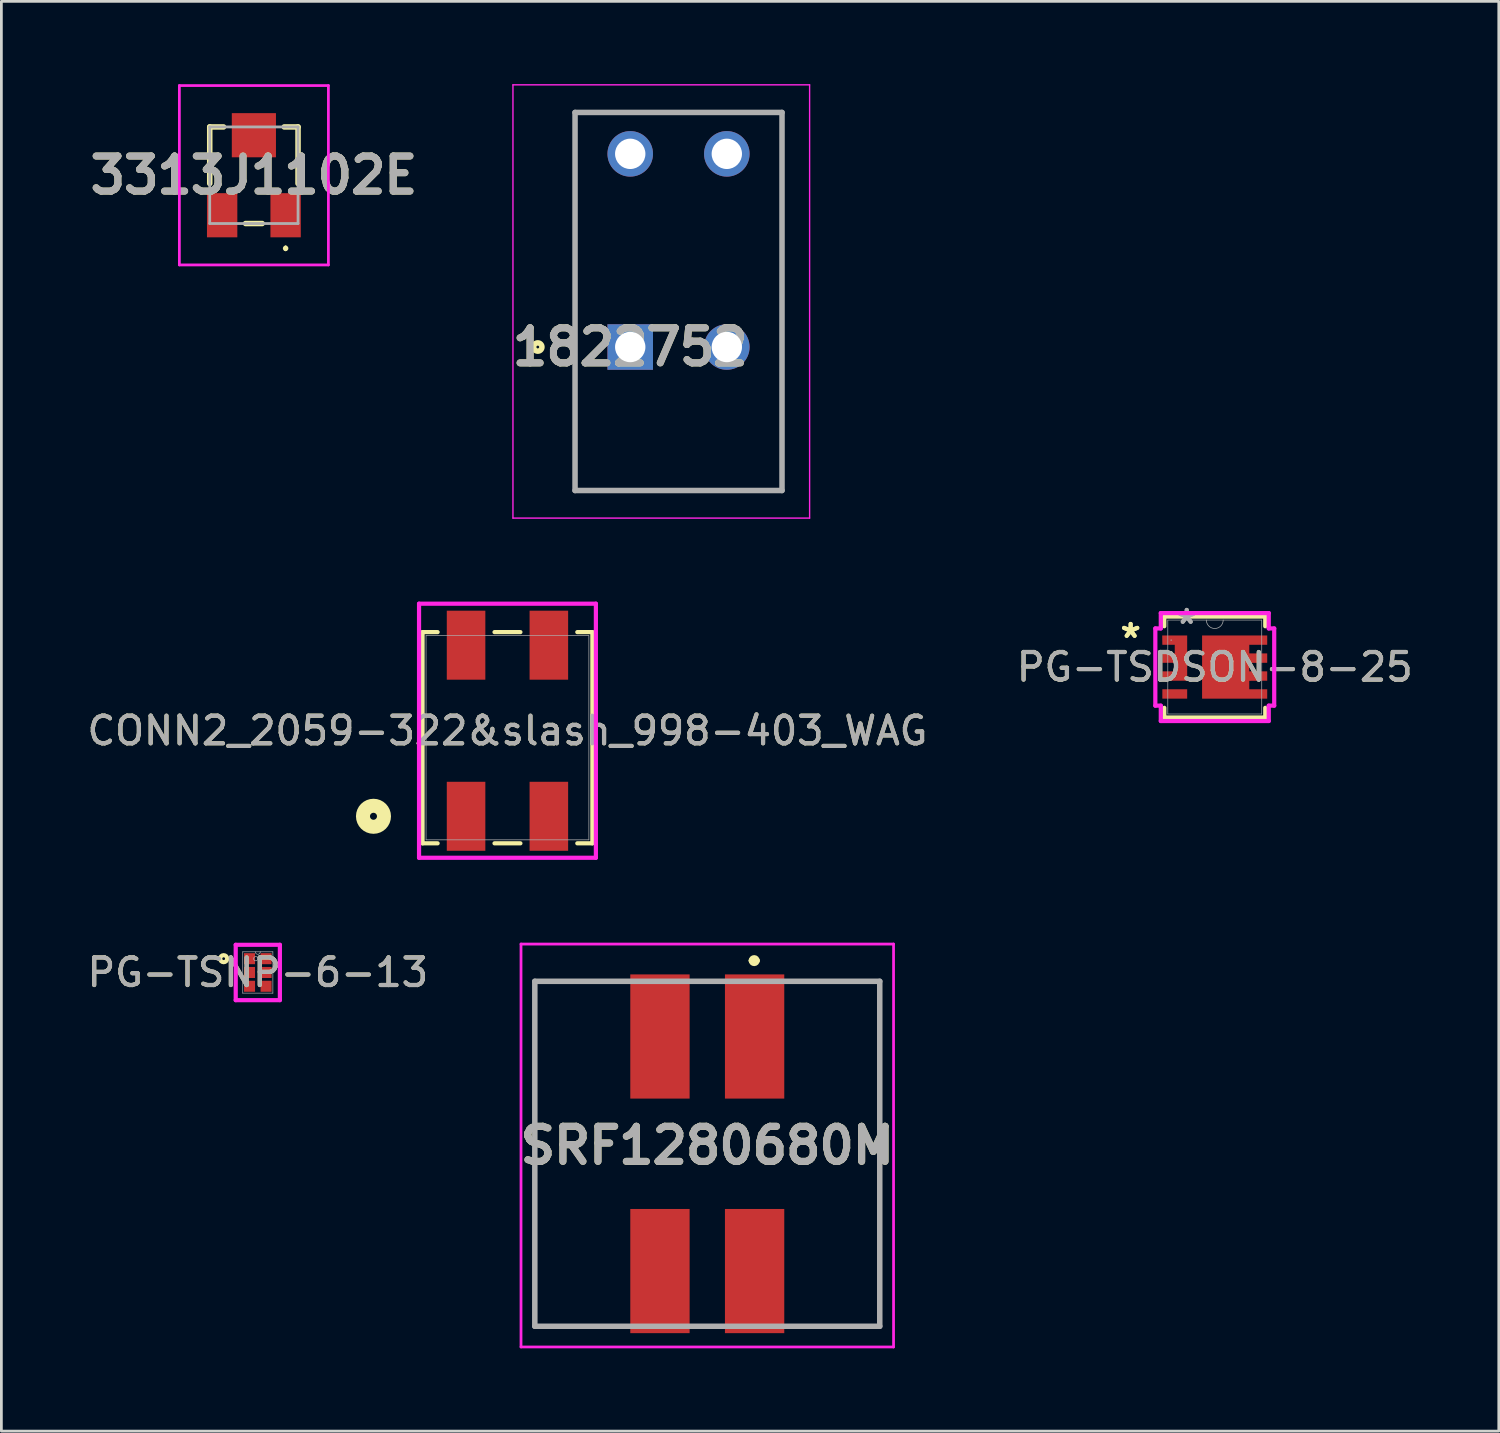
<source format=kicad_pcb>
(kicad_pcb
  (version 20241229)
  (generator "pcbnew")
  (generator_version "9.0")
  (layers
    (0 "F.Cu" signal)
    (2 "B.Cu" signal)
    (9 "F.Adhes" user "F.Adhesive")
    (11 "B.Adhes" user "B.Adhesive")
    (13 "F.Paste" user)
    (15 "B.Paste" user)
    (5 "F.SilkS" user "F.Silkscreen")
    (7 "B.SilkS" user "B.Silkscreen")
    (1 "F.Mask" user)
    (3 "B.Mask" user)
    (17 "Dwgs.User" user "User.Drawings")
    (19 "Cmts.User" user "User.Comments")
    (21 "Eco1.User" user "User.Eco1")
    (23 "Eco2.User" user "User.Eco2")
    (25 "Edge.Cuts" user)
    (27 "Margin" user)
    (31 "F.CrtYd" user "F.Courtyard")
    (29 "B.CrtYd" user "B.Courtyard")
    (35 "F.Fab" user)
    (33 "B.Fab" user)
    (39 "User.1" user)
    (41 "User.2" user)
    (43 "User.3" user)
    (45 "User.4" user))
  (footprint "CONN2_2059-322&slash_998-403_WAG"
    (layer "F.Cu")
    (at 15.339 23.683)
    (property "Reference" "CONN2_2059-322&slash_998-403_WAG" (at 0 -0.253 0) (unlocked yes) (layer "F.SilkS") (effects (font (size 1 1) (thickness 0.15))))
    (attr smd)
    (fp_line (start -3.077 -3.827) (end -3.077 3.827) (stroke (width 0.152) (type solid)) (layer "F.SilkS"))
    (fp_line (start -3.077 3.827) (end -2.531 3.827) (stroke (width 0.152) (type solid)) (layer "F.SilkS"))
    (fp_line (start -2.531 -3.827) (end -3.077 -3.827) (stroke (width 0.152) (type solid)) (layer "F.SilkS"))
    (fp_line (start -0.469 3.827) (end 0.469 3.827) (stroke (width 0.152) (type solid)) (layer "F.SilkS"))
    (fp_line (start 0.469 -3.827) (end -0.469 -3.827) (stroke (width 0.152) (type solid)) (layer "F.SilkS"))
    (fp_line (start 2.531 3.827) (end 3.077 3.827) (stroke (width 0.152) (type solid)) (layer "F.SilkS"))
    (fp_line (start 3.077 -3.827) (end 2.531 -3.827) (stroke (width 0.152) (type solid)) (layer "F.SilkS"))
    (fp_line (start 3.077 3.827) (end 3.077 -3.827) (stroke (width 0.152) (type solid)) (layer "F.SilkS"))
    (fp_circle (center -4.855 2.847) (end -4.474 2.847) (stroke (width 0.508) (type solid)) (fill no) (layer "F.SilkS"))
    (fp_line (start -3.204 -4.857) (end -3.204 4.351) (stroke (width 0.152) (type solid)) (layer "F.CrtYd"))
    (fp_line (start -3.204 4.351) (end 3.204 4.351) (stroke (width 0.152) (type solid)) (layer "F.CrtYd"))
    (fp_line (start 3.204 -4.857) (end -3.204 -4.857) (stroke (width 0.152) (type solid)) (layer "F.CrtYd"))
    (fp_line (start 3.204 4.351) (end 3.204 -4.857) (stroke (width 0.152) (type solid)) (layer "F.CrtYd"))
    (fp_line (start -2.95 -3.7) (end -2.95 3.7) (stroke (width 0.025) (type solid)) (layer "F.Fab"))
    (fp_line (start -2.95 3.7) (end 2.95 3.7) (stroke (width 0.025) (type solid)) (layer "F.Fab"))
    (fp_line (start 2.95 -3.7) (end -2.95 -3.7) (stroke (width 0.025) (type solid)) (layer "F.Fab"))
    (fp_line (start 2.95 3.7) (end 2.95 -3.7) (stroke (width 0.025) (type solid)) (layer "F.Fab"))
    (fp_text user "${REFERENCE}" (at 0 -0.253 0) (unlocked yes) (layer "F.Fab") (effects (font (size 1 1) (thickness 0.15))))
    (pad "1" smd rect (at -1.5 -3.353) (size 1.397 2.5) (layers "F.Cu" "F.Mask" "F.Paste"))
    (pad "1" smd rect (at -1.5 2.847) (size 1.397 2.5) (layers "F.Cu" "F.Mask" "F.Paste"))
    (pad "2" smd rect (at 1.5 -3.353) (size 1.397 2.5) (layers "F.Cu" "F.Mask" "F.Paste"))
    (pad "2" smd rect (at 1.5 2.847) (size 1.397 2.5) (layers "F.Cu" "F.Mask" "F.Paste")))
  (footprint "PG-TSDSON-8-25"
    (layer "F.Cu")
    (at 40.97 21.122)
    (property "Reference" "PG-TSDSON-8-25" (at 0 0 0) (unlocked yes) (layer "F.SilkS") (effects (font (size 1 1) (thickness 0.15))))
    (attr smd)
    (fp_poly (pts (xy -0.46 -1.145) (xy 1.25 -1.145) (xy 1.25 1.145) (xy -0.46 1.145)) (stroke (width 0) (type solid)) (fill yes) (layer "F.Mask"))
    (fp_poly (pts (xy -1.9 -1.145) (xy -1 -1.145) (xy -1 0.495) (xy -1.9 0.495) (xy -1.9 0.155) (xy -1.45 0.155) (xy -1.45 -0.155) (xy -1.9 -0.155) (xy -1.9 -0.495) (xy -1.45 -0.495) (xy -1.45 -0.805) (xy -1.9 -0.805)) (stroke (width 0) (type solid)) (fill yes) (layer "F.Mask"))
    (fp_line (start -1.829 -1.829) (end 1.829 -1.829) (stroke (width 0.152) (type solid)) (layer "F.SilkS"))
    (fp_line (start -1.829 -1.478) (end -1.829 -1.829) (stroke (width 0.152) (type solid)) (layer "F.SilkS"))
    (fp_line (start -1.829 1.829) (end -1.829 1.478) (stroke (width 0.152) (type solid)) (layer "F.SilkS"))
    (fp_line (start 1.829 -1.829) (end 1.829 -1.478) (stroke (width 0.152) (type solid)) (layer "F.SilkS"))
    (fp_line (start 1.829 1.478) (end 1.829 1.829) (stroke (width 0.152) (type solid)) (layer "F.SilkS"))
    (fp_line (start 1.829 1.829) (end -1.829 1.829) (stroke (width 0.152) (type solid)) (layer "F.SilkS"))
    (fp_poly (pts (xy -1.85 -1.095) (xy -1.05 -1.095) (xy -1.05 -0.855) (xy -1.85 -0.855)) (stroke (width 0) (type solid)) (fill yes) (layer "F.Paste"))
    (fp_poly (pts (xy -1.85 -0.445) (xy -1.05 -0.445) (xy -1.05 -0.205) (xy -1.85 -0.205)) (stroke (width 0) (type solid)) (fill yes) (layer "F.Paste"))
    (fp_poly (pts (xy -1.85 0.205) (xy -1.05 0.205) (xy -1.05 0.445) (xy -1.85 0.445)) (stroke (width 0) (type solid)) (fill yes) (layer "F.Paste"))
    (fp_poly (pts (xy -1.85 0.855) (xy -1.25 0.855) (xy -1.25 1.095) (xy -1.85 1.095)) (stroke (width 0) (type solid)) (fill yes) (layer "F.Paste"))
    (fp_poly (pts (xy -0.35 -1.095) (xy 1.05 -1.095) (xy 1.05 -0.855) (xy -0.35 -0.855)) (stroke (width 0) (type solid)) (fill yes) (layer "F.Paste"))
    (fp_poly (pts (xy -0.35 -0.545) (xy 1.05 -0.545) (xy 1.05 0.545) (xy -0.35 0.545)) (stroke (width 0) (type solid)) (fill yes) (layer "F.Paste"))
    (fp_poly (pts (xy -0.35 0.855) (xy 1.05 0.855) (xy 1.05 1.095) (xy -0.35 1.095)) (stroke (width 0) (type solid)) (fill yes) (layer "F.Paste"))
    (fp_poly (pts (xy 1.25 -1.095) (xy 1.85 -1.095) (xy 1.85 -0.855) (xy 1.25 -0.855)) (stroke (width 0) (type solid)) (fill yes) (layer "F.Paste"))
    (fp_poly (pts (xy 1.25 -0.445) (xy 1.85 -0.445) (xy 1.85 -0.205) (xy 1.25 -0.205)) (stroke (width 0) (type solid)) (fill yes) (layer "F.Paste"))
    (fp_poly (pts (xy 1.25 0.205) (xy 1.85 0.205) (xy 1.85 0.445) (xy 1.25 0.445)) (stroke (width 0) (type solid)) (fill yes) (layer "F.Paste"))
    (fp_poly (pts (xy 1.25 0.855) (xy 1.85 0.855) (xy 1.85 1.095) (xy 1.25 1.095)) (stroke (width 0) (type solid)) (fill yes) (layer "F.Paste"))
    (fp_line (start -2.154 -1.399) (end -2.154 1.399) (stroke (width 0.152) (type solid)) (layer "F.CrtYd"))
    (fp_line (start -2.154 1.399) (end -1.956 1.399) (stroke (width 0.152) (type solid)) (layer "F.CrtYd"))
    (fp_line (start -1.956 -1.956) (end -1.956 -1.399) (stroke (width 0.152) (type solid)) (layer "F.CrtYd"))
    (fp_line (start -1.956 -1.399) (end -2.154 -1.399) (stroke (width 0.152) (type solid)) (layer "F.CrtYd"))
    (fp_line (start -1.956 1.399) (end -1.956 1.956) (stroke (width 0.152) (type solid)) (layer "F.CrtYd"))
    (fp_line (start -1.956 1.956) (end 1.956 1.956) (stroke (width 0.152) (type solid)) (layer "F.CrtYd"))
    (fp_line (start 1.956 -1.956) (end -1.956 -1.956) (stroke (width 0.152) (type solid)) (layer "F.CrtYd"))
    (fp_line (start 1.956 -1.399) (end 1.956 -1.956) (stroke (width 0.152) (type solid)) (layer "F.CrtYd"))
    (fp_line (start 1.956 1.399) (end 2.154 1.399) (stroke (width 0.152) (type solid)) (layer "F.CrtYd"))
    (fp_line (start 1.956 1.956) (end 1.956 1.399) (stroke (width 0.152) (type solid)) (layer "F.CrtYd"))
    (fp_line (start 2.154 -1.399) (end 1.956 -1.399) (stroke (width 0.152) (type solid)) (layer "F.CrtYd"))
    (fp_line (start 2.154 1.399) (end 2.154 -1.399) (stroke (width 0.152) (type solid)) (layer "F.CrtYd"))
    (fp_line (start -1.702 -1.702) (end -1.702 1.702) (stroke (width 0.025) (type solid)) (layer "F.Fab"))
    (fp_line (start -1.702 1.702) (end 1.702 1.702) (stroke (width 0.025) (type solid)) (layer "F.Fab"))
    (fp_line (start 1.702 -1.702) (end -1.702 -1.702) (stroke (width 0.025) (type solid)) (layer "F.Fab"))
    (fp_line (start 1.702 1.702) (end 1.702 -1.702) (stroke (width 0.025) (type solid)) (layer "F.Fab"))
    (fp_arc (start 0.3048 -1.7018) (mid 0 -1.397) (end -0.3048 -1.7018) (stroke (width 0.0254) (type solid)) (layer "F.Fab"))
    (fp_circle (center -1.58 -0.975) (end -1.58 -0.975) (stroke (width 0.025) (type solid)) (fill no) (layer "F.Fab"))
    (fp_text user "*" (at -3.048 -1.016 0) (layer "F.SilkS") (effects (font (size 1 1) (thickness 0.15))))
    (fp_text user "*" (at -3.048 -1.016 0) (unlocked yes) (layer "F.SilkS") (effects (font (size 1 1) (thickness 0.15))))
    (fp_text user "${REFERENCE}" (at 0 0 0) (unlocked yes) (layer "F.Fab") (effects (font (size 1 1) (thickness 0.15))))
    (fp_text user "*" (at -1.016 -1.524 0) (layer "F.Fab") (effects (font (size 1 1) (thickness 0.15))))
    (fp_text user "*" (at -1.016 -1.524 0) (unlocked yes) (layer "F.Fab") (effects (font (size 1 1) (thickness 0.15))))
    (pad "1" smd custom (at -1.45 -0.975) (size 0.9 0.34) (layers "F.Cu" "F.Mask" "F.Paste") (options (anchor rect)) (primitives (gr_poly (pts (xy -0.455 -0.17) (xy 0.45 -0.17) (xy 0.45 1.47) (xy -0.45 1.47) (xy -0.45 1.13) (xy 0 1.13) (xy 0 0.82) (xy -0.45 0.82) (xy -0.45 0.48) (xy 0 0.48) (xy 0 0.17) (xy -0.45 0.17)) (width 0) (fill yes))))
    (pad "4" smd rect (at -1.45 0.975) (size 0.9 0.34) (layers "F.Cu" "F.Mask" "F.Paste"))
    (pad "5" smd custom (at 1.575 0.975) (size 0.65 0.34) (layers "F.Cu" "F.Mask" "F.Paste") (options (anchor rect)) (primitives (gr_poly (pts (xy -2.035 -2.12) (xy -2.035 0.17) (xy -0.325 0.17) (xy 0.325 0.17) (xy 0.325 -0.17) (xy -0.325 -0.17) (xy -0.325 -0.475) (xy 0.325 -0.48) (xy 0.325 -0.82) (xy -0.325 -0.82) (xy -0.325 -1.125) (xy 0.325 -1.13) (xy 0.325 -1.47) (xy -0.325 -1.47) (xy -0.325 -1.78) (xy 0.325 -1.78) (xy 0.325 -2.12) (xy -0.325 -2.12)) (width 0) (fill yes)))))
  (footprint "PG-TSNP-6-13"
    (layer "F.Cu")
    (at 6.292 32.19)
    (property "Reference" "PG-TSNP-6-13" (at 0 0 0) (unlocked yes) (layer "F.SilkS") (effects (font (size 1 1) (thickness 0.15))))
    (attr smd)
    (fp_circle (center -1.237 -0.5) (end -1.11 -0.5) (stroke (width 0.152) (type solid)) (fill no) (layer "F.SilkS"))
    (fp_line (start -0.8 -1.003) (end 0.8 -1.003) (stroke (width 0.152) (type solid)) (layer "F.CrtYd"))
    (fp_line (start -0.8 1.003) (end -0.8 -1.003) (stroke (width 0.152) (type solid)) (layer "F.CrtYd"))
    (fp_line (start 0.8 -1.003) (end 0.8 1.003) (stroke (width 0.152) (type solid)) (layer "F.CrtYd"))
    (fp_line (start 0.8 1.003) (end -0.8 1.003) (stroke (width 0.152) (type solid)) (layer "F.CrtYd"))
    (fp_line (start -0.546 -0.749) (end -0.546 0.749) (stroke (width 0.025) (type solid)) (layer "F.Fab"))
    (fp_line (start -0.546 0.749) (end 0.546 0.749) (stroke (width 0.025) (type solid)) (layer "F.Fab"))
    (fp_line (start 0.546 -0.749) (end -0.546 -0.749) (stroke (width 0.025) (type solid)) (layer "F.Fab"))
    (fp_line (start 0.546 0.749) (end 0.546 -0.749) (stroke (width 0.025) (type solid)) (layer "F.Fab"))
    (fp_arc (start 0.091017 -0.7493) (mid 0 -0.658283) (end -0.091017 -0.7493) (stroke (width 0.0254) (type solid)) (layer "F.Fab"))
    (fp_circle (center -0.075 -0.5) (end 0.002 -0.5) (stroke (width 0.025) (type solid)) (fill no) (layer "F.Fab"))
    (fp_text user "${REFERENCE}" (at 0 0 0) (unlocked yes) (layer "F.Fab") (effects (font (size 1 1) (thickness 0.15))))
    (pad "1" smd rect (at -0.3 -0.5) (size 0.4 0.4) (layers "F.Cu" "F.Mask" "F.Paste"))
    (pad "2" smd rect (at -0.3 0) (size 0.4 0.4) (layers "F.Cu" "F.Mask" "F.Paste"))
    (pad "3" smd rect (at -0.3 0.5) (size 0.4 0.4) (layers "F.Cu" "F.Mask" "F.Paste"))
    (pad "4" smd rect (at 0.3 0.5) (size 0.4 0.4) (layers "F.Cu" "F.Mask" "F.Paste"))
    (pad "5" smd rect (at 0.3 0) (size 0.4 0.4) (layers "F.Cu" "F.Mask" "F.Paste"))
    (pad "6" smd rect (at 0.3 -0.5) (size 0.4 0.4) (layers "F.Cu" "F.Mask" "F.Paste")))
  (footprint "SRF1280680M"
    (layer "F.Cu")
    (at 22.58 38.76)
    (property "Reference" "SRF1280680M" (at 0 -0.3 0) (layer "F.SilkS") (effects (font (size 1.27 1.27) (thickness 0.254))))
    (attr smd)
    (fp_line (start -6.25 -6.25) (end -6.25 6.25) (stroke (width 0.1) (type solid)) (layer "F.SilkS"))
    (fp_line (start -6.25 6.25) (end -3.5 6.25) (stroke (width 0.1) (type solid)) (layer "F.SilkS"))
    (fp_line (start -3.5 -6.25) (end -6.25 -6.25) (stroke (width 0.1) (type solid)) (layer "F.SilkS"))
    (fp_line (start 1.6 -7) (end 1.6 -7) (stroke (width 0.2) (type solid)) (layer "F.SilkS"))
    (fp_line (start 1.8 -7) (end 1.8 -7) (stroke (width 0.2) (type solid)) (layer "F.SilkS"))
    (fp_line (start 3.5 -6.25) (end 6.25 -6.25) (stroke (width 0.1) (type solid)) (layer "F.SilkS"))
    (fp_line (start 6.25 -6.25) (end 6.25 6.25) (stroke (width 0.1) (type solid)) (layer "F.SilkS"))
    (fp_line (start 6.25 6.25) (end 3.5 6.25) (stroke (width 0.1) (type solid)) (layer "F.SilkS"))
    (fp_arc (start 1.6 -7) (mid 1.7 -7.1) (end 1.8 -7) (stroke (width 0.2) (type solid)) (layer "F.SilkS"))
    (fp_arc (start 1.8 -7) (mid 1.7 -6.9) (end 1.6 -7) (stroke (width 0.2) (type solid)) (layer "F.SilkS"))
    (fp_line (start -6.75 -7.6) (end 6.75 -7.6) (stroke (width 0.1) (type solid)) (layer "F.CrtYd"))
    (fp_line (start -6.75 7) (end -6.75 -7.6) (stroke (width 0.1) (type solid)) (layer "F.CrtYd"))
    (fp_line (start 6.75 -7.6) (end 6.75 7) (stroke (width 0.1) (type solid)) (layer "F.CrtYd"))
    (fp_line (start 6.75 7) (end -6.75 7) (stroke (width 0.1) (type solid)) (layer "F.CrtYd"))
    (fp_line (start -6.25 -6.25) (end 6.25 -6.25) (stroke (width 0.2) (type solid)) (layer "F.Fab"))
    (fp_line (start -6.25 6.25) (end -6.25 -6.25) (stroke (width 0.2) (type solid)) (layer "F.Fab"))
    (fp_line (start 6.25 -6.25) (end 6.25 6.25) (stroke (width 0.2) (type solid)) (layer "F.Fab"))
    (fp_line (start 6.25 6.25) (end -6.25 6.25) (stroke (width 0.2) (type solid)) (layer "F.Fab"))
    (fp_text user "${REFERENCE}" (at 0 -0.3 0) (layer "F.Fab") (effects (font (size 1.27 1.27) (thickness 0.254))))
    (pad "1" smd rect (at 1.715 -4.25) (size 2.15 4.5) (layers "F.Cu" "F.Mask" "F.Paste"))
    (pad "2" smd rect (at -1.715 -4.25) (size 2.15 4.5) (layers "F.Cu" "F.Mask" "F.Paste"))
    (pad "3" smd rect (at -1.715 4.25) (size 2.15 4.5) (layers "F.Cu" "F.Mask" "F.Paste"))
    (pad "4" smd rect (at 1.715 4.25) (size 2.15 4.5) (layers "F.Cu" "F.Mask" "F.Paste")))
  (footprint "1822752"
    (layer "F.Cu")
    (at 19.788 9.525)
    (property "Reference" "1822752" (at 0 0 0) (layer "F.SilkS") (effects (font (size 1.27 1.27) (thickness 0.254))))
    (attr through_hole)
    (fp_line (start -2 -8.5) (end 5.5 -8.5) (stroke (width 0.1) (type solid)) (layer "F.SilkS"))
    (fp_line (start -2 5.2) (end -2 -8.5) (stroke (width 0.1) (type solid)) (layer "F.SilkS"))
    (fp_line (start 5.5 -8.5) (end 5.5 5.2) (stroke (width 0.1) (type solid)) (layer "F.SilkS"))
    (fp_line (start 5.5 5.2) (end -2 5.2) (stroke (width 0.1) (type solid)) (layer "F.SilkS"))
    (fp_circle (center -3.35 0) (end -3.35 0.05) (stroke (width 0.2) (type solid)) (fill no) (layer "F.SilkS"))
    (fp_line (start -4.25 -9.5) (end 6.5 -9.5) (stroke (width 0.05) (type solid)) (layer "F.CrtYd"))
    (fp_line (start -4.25 6.2) (end -4.25 -9.5) (stroke (width 0.05) (type solid)) (layer "F.CrtYd"))
    (fp_line (start 6.5 -9.5) (end 6.5 6.2) (stroke (width 0.05) (type solid)) (layer "F.CrtYd"))
    (fp_line (start 6.5 6.2) (end -4.25 6.2) (stroke (width 0.05) (type solid)) (layer "F.CrtYd"))
    (fp_line (start -2 -8.5) (end 5.5 -8.5) (stroke (width 0.2) (type solid)) (layer "F.Fab"))
    (fp_line (start -2 5.2) (end -2 -8.5) (stroke (width 0.2) (type solid)) (layer "F.Fab"))
    (fp_line (start 5.5 -8.5) (end 5.5 5.2) (stroke (width 0.2) (type solid)) (layer "F.Fab"))
    (fp_line (start 5.5 5.2) (end -2 5.2) (stroke (width 0.2) (type solid)) (layer "F.Fab"))
    (fp_text user "${REFERENCE}" (at 0 0 0) (layer "F.Fab") (effects (font (size 1.27 1.27) (thickness 0.254))))
    (pad "1" thru_hole rect (at 0 0) (size 1.65 1.65) (drill 1.1) (layers "*.Cu" "*.Mask"))
    (pad "2" thru_hole circle (at 0 -7) (size 1.65 1.65) (drill 1.1) (layers "*.Cu" "*.Mask"))
    (pad "3" thru_hole circle (at 3.5 0) (size 1.65 1.65) (drill 1.1) (layers "*.Cu" "*.Mask"))
    (pad "4" thru_hole circle (at 3.5 -7) (size 1.65 1.65) (drill 1.1) (layers "*.Cu" "*.Mask")))
  (footprint "3313J1102E"
    (layer "F.Cu")
    (at 6.15 3.3)
    (property "Reference" "3313J1102E" (at 0 0 0) (layer "F.SilkS") (effects (font (size 1.27 1.27) (thickness 0.254))))
    (attr smd)
    (fp_line (start -1.6 -1.75) (end -1.6 0.3) (stroke (width 0.2) (type solid)) (layer "F.SilkS"))
    (fp_line (start -1.1 -1.75) (end -1.6 -1.75) (stroke (width 0.2) (type solid)) (layer "F.SilkS"))
    (fp_line (start -0.3 1.75) (end 0.3 1.75) (stroke (width 0.2) (type solid)) (layer "F.SilkS"))
    (fp_line (start 1.1 -1.75) (end 1.6 -1.75) (stroke (width 0.2) (type solid)) (layer "F.SilkS"))
    (fp_line (start 1.15 2.6) (end 1.15 2.6) (stroke (width 0.1) (type solid)) (layer "F.SilkS"))
    (fp_line (start 1.15 2.7) (end 1.15 2.7) (stroke (width 0.1) (type solid)) (layer "F.SilkS"))
    (fp_line (start 1.6 -1.75) (end 1.6 0.3) (stroke (width 0.2) (type solid)) (layer "F.SilkS"))
    (fp_arc (start 1.15 2.6) (mid 1.2 2.65) (end 1.15 2.7) (stroke (width 0.1) (type solid)) (layer "F.SilkS"))
    (fp_arc (start 1.15 2.7) (mid 1.1 2.65) (end 1.15 2.6) (stroke (width 0.1) (type solid)) (layer "F.SilkS"))
    (fp_line (start -2.7 -3.25) (end 2.7 -3.25) (stroke (width 0.1) (type solid)) (layer "F.CrtYd"))
    (fp_line (start -2.7 3.25) (end -2.7 -3.25) (stroke (width 0.1) (type solid)) (layer "F.CrtYd"))
    (fp_line (start 2.7 -3.25) (end 2.7 3.25) (stroke (width 0.1) (type solid)) (layer "F.CrtYd"))
    (fp_line (start 2.7 3.25) (end -2.7 3.25) (stroke (width 0.1) (type solid)) (layer "F.CrtYd"))
    (fp_line (start -1.6 -1.75) (end 1.6 -1.75) (stroke (width 0.1) (type solid)) (layer "F.Fab"))
    (fp_line (start -1.6 1.75) (end -1.6 -1.75) (stroke (width 0.1) (type solid)) (layer "F.Fab"))
    (fp_line (start 1.6 -1.75) (end 1.6 1.75) (stroke (width 0.1) (type solid)) (layer "F.Fab"))
    (fp_line (start 1.6 1.75) (end -1.6 1.75) (stroke (width 0.1) (type solid)) (layer "F.Fab"))
    (fp_text user "${REFERENCE}" (at 0 0 0) (layer "F.Fab") (effects (font (size 1.27 1.27) (thickness 0.254))))
    (pad "1" smd rect (at 1.15 1.45) (size 1.1 1.6) (layers "F.Cu" "F.Mask" "F.Paste"))
    (pad "2" smd rect (at 0 -1.45) (size 1.6 1.6) (layers "F.Cu" "F.Mask" "F.Paste"))
    (pad "3" smd rect (at -1.15 1.45) (size 1.1 1.6) (layers "F.Cu" "F.Mask" "F.Paste")))
  (gr_rect
    (start -3 -3)
    (end 51.262 48.81)
    (stroke (width 0.1) (type default))
    (fill no)
    (layer "Edge.Cuts")))
</source>
